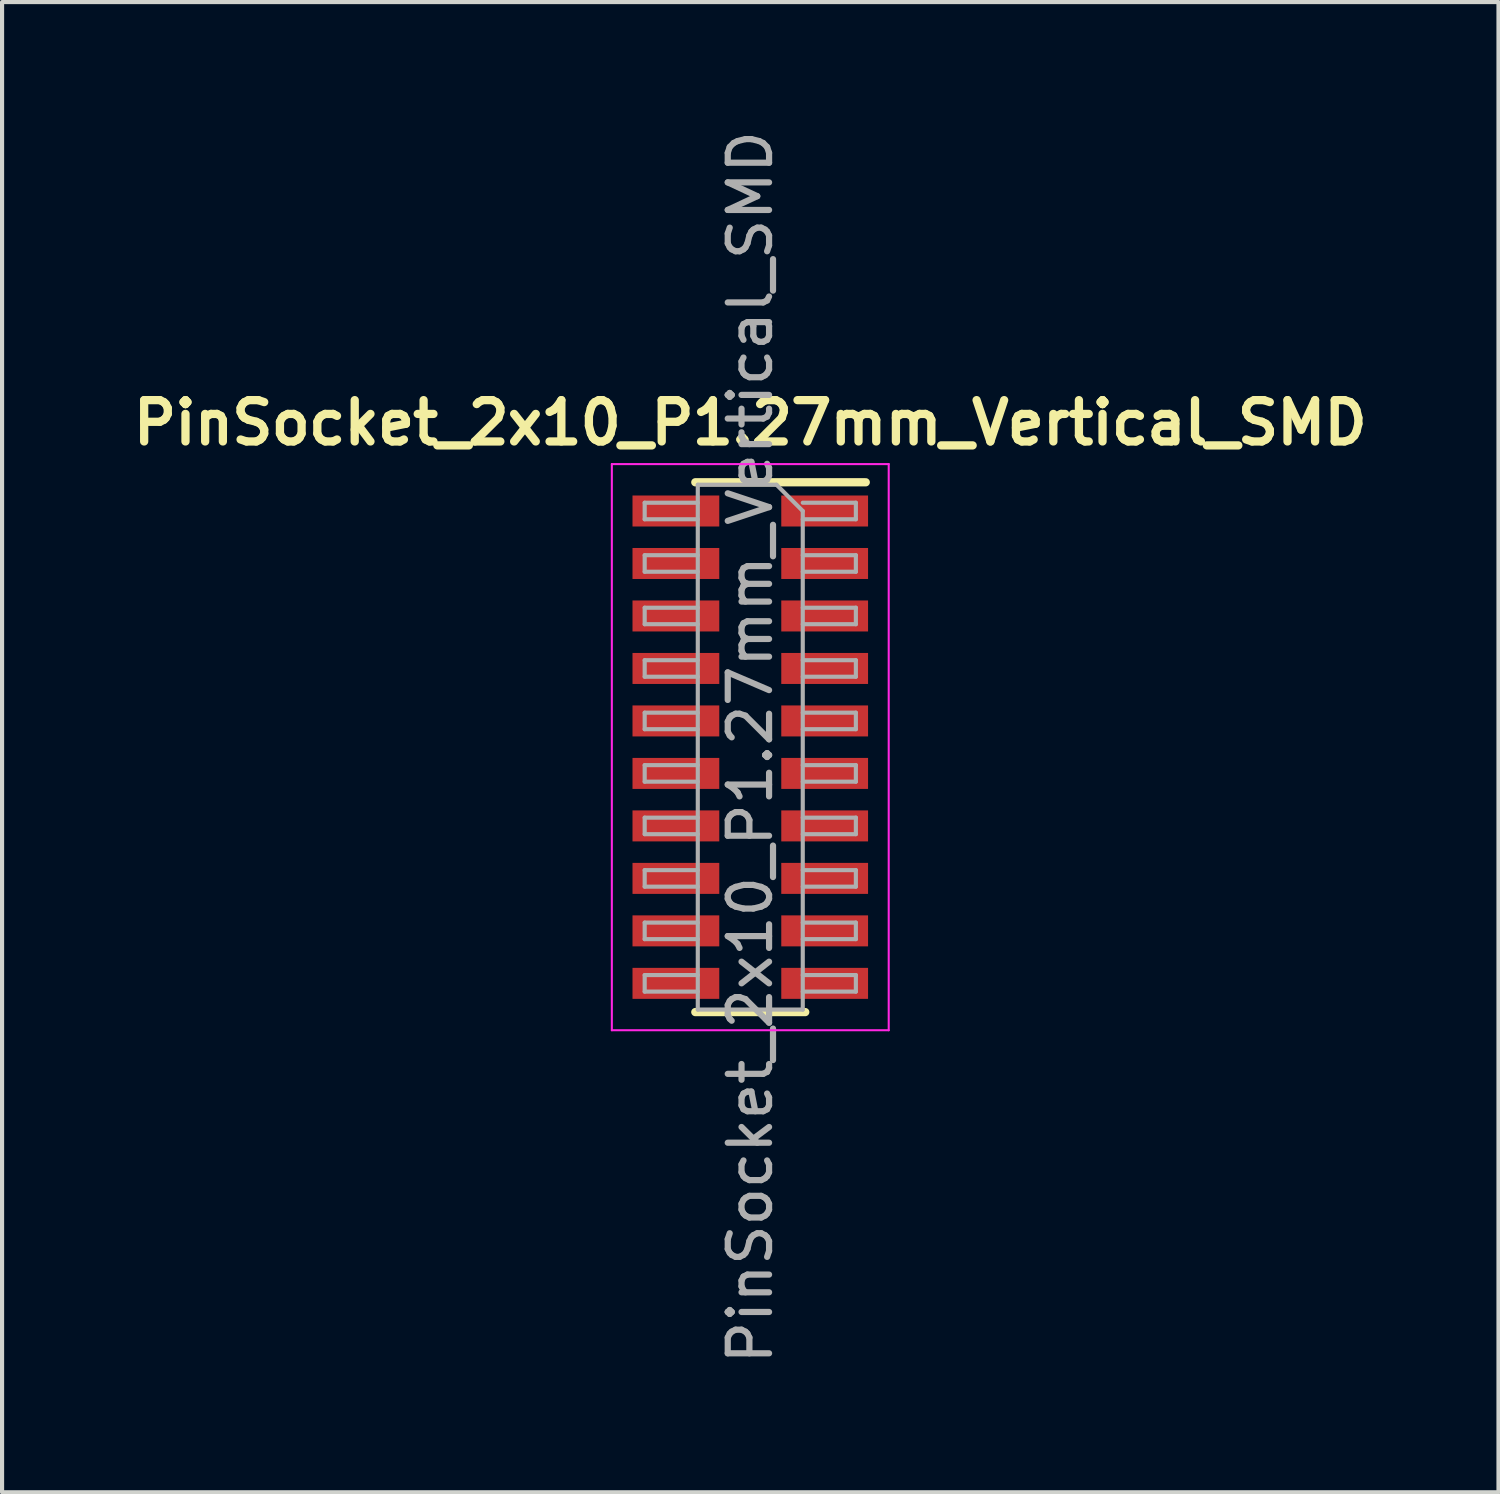
<source format=kicad_pcb>
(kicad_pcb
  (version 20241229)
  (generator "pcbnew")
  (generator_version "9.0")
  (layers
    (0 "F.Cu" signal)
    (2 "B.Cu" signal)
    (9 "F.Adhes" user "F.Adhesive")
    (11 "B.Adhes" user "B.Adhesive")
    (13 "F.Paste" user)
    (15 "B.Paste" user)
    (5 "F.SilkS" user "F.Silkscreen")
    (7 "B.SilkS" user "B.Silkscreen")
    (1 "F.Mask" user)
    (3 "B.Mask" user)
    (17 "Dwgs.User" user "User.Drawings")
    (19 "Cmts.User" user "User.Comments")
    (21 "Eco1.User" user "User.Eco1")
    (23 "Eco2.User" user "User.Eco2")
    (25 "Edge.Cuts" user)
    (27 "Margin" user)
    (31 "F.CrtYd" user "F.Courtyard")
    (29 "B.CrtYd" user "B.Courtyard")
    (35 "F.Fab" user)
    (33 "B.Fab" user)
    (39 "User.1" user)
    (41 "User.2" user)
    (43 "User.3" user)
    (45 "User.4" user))
  (footprint "PinSocket_2x10_P1.27mm_Vertical_SMD"
    (layer "F.Cu")
    (at 15.105 15.03)
    (property "Reference" "PinSocket_2x10_P1.27mm_Vertical_SMD" (at 0 -7.85 0) (layer "F.SilkS") (effects (font (size 1 1) (thickness 0.2))))
    (attr smd)
    (fp_line (start -1.33 -6.41) (end 2.794 -6.41) (stroke (width 0.2) (type solid)) (layer "F.SilkS"))
    (fp_line (start -1.33 6.41) (end 1.33 6.41) (stroke (width 0.2) (type solid)) (layer "F.SilkS"))
    (fp_line (start -3.35 -6.85) (end 3.35 -6.85) (stroke (width 0.05) (type solid)) (layer "F.CrtYd"))
    (fp_line (start -3.35 6.85) (end -3.35 -6.85) (stroke (width 0.05) (type solid)) (layer "F.CrtYd"))
    (fp_line (start 3.35 -6.85) (end 3.35 6.85) (stroke (width 0.05) (type solid)) (layer "F.CrtYd"))
    (fp_line (start 3.35 6.85) (end -3.35 6.85) (stroke (width 0.05) (type solid)) (layer "F.CrtYd"))
    (fp_line (start -2.555 -5.915) (end -1.27 -5.915) (stroke (width 0.1) (type solid)) (layer "F.Fab"))
    (fp_line (start -2.555 -5.515) (end -2.555 -5.915) (stroke (width 0.1) (type solid)) (layer "F.Fab"))
    (fp_line (start -2.555 -4.645) (end -1.27 -4.645) (stroke (width 0.1) (type solid)) (layer "F.Fab"))
    (fp_line (start -2.555 -4.245) (end -2.555 -4.645) (stroke (width 0.1) (type solid)) (layer "F.Fab"))
    (fp_line (start -2.555 -3.375) (end -1.27 -3.375) (stroke (width 0.1) (type solid)) (layer "F.Fab"))
    (fp_line (start -2.555 -2.975) (end -2.555 -3.375) (stroke (width 0.1) (type solid)) (layer "F.Fab"))
    (fp_line (start -2.555 -2.105) (end -1.27 -2.105) (stroke (width 0.1) (type solid)) (layer "F.Fab"))
    (fp_line (start -2.555 -1.705) (end -2.555 -2.105) (stroke (width 0.1) (type solid)) (layer "F.Fab"))
    (fp_line (start -2.555 -0.835) (end -1.27 -0.835) (stroke (width 0.1) (type solid)) (layer "F.Fab"))
    (fp_line (start -2.555 -0.435) (end -2.555 -0.835) (stroke (width 0.1) (type solid)) (layer "F.Fab"))
    (fp_line (start -2.555 0.435) (end -1.27 0.435) (stroke (width 0.1) (type solid)) (layer "F.Fab"))
    (fp_line (start -2.555 0.835) (end -2.555 0.435) (stroke (width 0.1) (type solid)) (layer "F.Fab"))
    (fp_line (start -2.555 1.705) (end -1.27 1.705) (stroke (width 0.1) (type solid)) (layer "F.Fab"))
    (fp_line (start -2.555 2.105) (end -2.555 1.705) (stroke (width 0.1) (type solid)) (layer "F.Fab"))
    (fp_line (start -2.555 2.975) (end -1.27 2.975) (stroke (width 0.1) (type solid)) (layer "F.Fab"))
    (fp_line (start -2.555 3.375) (end -2.555 2.975) (stroke (width 0.1) (type solid)) (layer "F.Fab"))
    (fp_line (start -2.555 4.245) (end -1.27 4.245) (stroke (width 0.1) (type solid)) (layer "F.Fab"))
    (fp_line (start -2.555 4.645) (end -2.555 4.245) (stroke (width 0.1) (type solid)) (layer "F.Fab"))
    (fp_line (start -2.555 5.515) (end -1.27 5.515) (stroke (width 0.1) (type solid)) (layer "F.Fab"))
    (fp_line (start -2.555 5.915) (end -2.555 5.515) (stroke (width 0.1) (type solid)) (layer "F.Fab"))
    (fp_line (start -1.27 -6.35) (end 0.635 -6.35) (stroke (width 0.1) (type solid)) (layer "F.Fab"))
    (fp_line (start -1.27 -5.515) (end -2.555 -5.515) (stroke (width 0.1) (type solid)) (layer "F.Fab"))
    (fp_line (start -1.27 -4.245) (end -2.555 -4.245) (stroke (width 0.1) (type solid)) (layer "F.Fab"))
    (fp_line (start -1.27 -2.975) (end -2.555 -2.975) (stroke (width 0.1) (type solid)) (layer "F.Fab"))
    (fp_line (start -1.27 -1.705) (end -2.555 -1.705) (stroke (width 0.1) (type solid)) (layer "F.Fab"))
    (fp_line (start -1.27 -0.435) (end -2.555 -0.435) (stroke (width 0.1) (type solid)) (layer "F.Fab"))
    (fp_line (start -1.27 0.835) (end -2.555 0.835) (stroke (width 0.1) (type solid)) (layer "F.Fab"))
    (fp_line (start -1.27 2.105) (end -2.555 2.105) (stroke (width 0.1) (type solid)) (layer "F.Fab"))
    (fp_line (start -1.27 3.375) (end -2.555 3.375) (stroke (width 0.1) (type solid)) (layer "F.Fab"))
    (fp_line (start -1.27 4.645) (end -2.555 4.645) (stroke (width 0.1) (type solid)) (layer "F.Fab"))
    (fp_line (start -1.27 5.915) (end -2.555 5.915) (stroke (width 0.1) (type solid)) (layer "F.Fab"))
    (fp_line (start -1.27 6.35) (end -1.27 -6.35) (stroke (width 0.1) (type solid)) (layer "F.Fab"))
    (fp_line (start 0.635 -6.35) (end 1.27 -5.715) (stroke (width 0.1) (type solid)) (layer "F.Fab"))
    (fp_line (start 1.27 -5.915) (end 2.555 -5.915) (stroke (width 0.1) (type solid)) (layer "F.Fab"))
    (fp_line (start 1.27 -5.715) (end 1.27 6.35) (stroke (width 0.1) (type solid)) (layer "F.Fab"))
    (fp_line (start 1.27 -4.645) (end 2.555 -4.645) (stroke (width 0.1) (type solid)) (layer "F.Fab"))
    (fp_line (start 1.27 -3.375) (end 2.555 -3.375) (stroke (width 0.1) (type solid)) (layer "F.Fab"))
    (fp_line (start 1.27 -2.105) (end 2.555 -2.105) (stroke (width 0.1) (type solid)) (layer "F.Fab"))
    (fp_line (start 1.27 -0.835) (end 2.555 -0.835) (stroke (width 0.1) (type solid)) (layer "F.Fab"))
    (fp_line (start 1.27 0.435) (end 2.555 0.435) (stroke (width 0.1) (type solid)) (layer "F.Fab"))
    (fp_line (start 1.27 1.705) (end 2.555 1.705) (stroke (width 0.1) (type solid)) (layer "F.Fab"))
    (fp_line (start 1.27 2.975) (end 2.555 2.975) (stroke (width 0.1) (type solid)) (layer "F.Fab"))
    (fp_line (start 1.27 4.245) (end 2.555 4.245) (stroke (width 0.1) (type solid)) (layer "F.Fab"))
    (fp_line (start 1.27 5.515) (end 2.555 5.515) (stroke (width 0.1) (type solid)) (layer "F.Fab"))
    (fp_line (start 1.27 6.35) (end -1.27 6.35) (stroke (width 0.1) (type solid)) (layer "F.Fab"))
    (fp_line (start 2.555 -5.915) (end 2.555 -5.515) (stroke (width 0.1) (type solid)) (layer "F.Fab"))
    (fp_line (start 2.555 -5.515) (end 1.27 -5.515) (stroke (width 0.1) (type solid)) (layer "F.Fab"))
    (fp_line (start 2.555 -4.645) (end 2.555 -4.245) (stroke (width 0.1) (type solid)) (layer "F.Fab"))
    (fp_line (start 2.555 -4.245) (end 1.27 -4.245) (stroke (width 0.1) (type solid)) (layer "F.Fab"))
    (fp_line (start 2.555 -3.375) (end 2.555 -2.975) (stroke (width 0.1) (type solid)) (layer "F.Fab"))
    (fp_line (start 2.555 -2.975) (end 1.27 -2.975) (stroke (width 0.1) (type solid)) (layer "F.Fab"))
    (fp_line (start 2.555 -2.105) (end 2.555 -1.705) (stroke (width 0.1) (type solid)) (layer "F.Fab"))
    (fp_line (start 2.555 -1.705) (end 1.27 -1.705) (stroke (width 0.1) (type solid)) (layer "F.Fab"))
    (fp_line (start 2.555 -0.835) (end 2.555 -0.435) (stroke (width 0.1) (type solid)) (layer "F.Fab"))
    (fp_line (start 2.555 -0.435) (end 1.27 -0.435) (stroke (width 0.1) (type solid)) (layer "F.Fab"))
    (fp_line (start 2.555 0.435) (end 2.555 0.835) (stroke (width 0.1) (type solid)) (layer "F.Fab"))
    (fp_line (start 2.555 0.835) (end 1.27 0.835) (stroke (width 0.1) (type solid)) (layer "F.Fab"))
    (fp_line (start 2.555 1.705) (end 2.555 2.105) (stroke (width 0.1) (type solid)) (layer "F.Fab"))
    (fp_line (start 2.555 2.105) (end 1.27 2.105) (stroke (width 0.1) (type solid)) (layer "F.Fab"))
    (fp_line (start 2.555 2.975) (end 2.555 3.375) (stroke (width 0.1) (type solid)) (layer "F.Fab"))
    (fp_line (start 2.555 3.375) (end 1.27 3.375) (stroke (width 0.1) (type solid)) (layer "F.Fab"))
    (fp_line (start 2.555 4.245) (end 2.555 4.645) (stroke (width 0.1) (type solid)) (layer "F.Fab"))
    (fp_line (start 2.555 4.645) (end 1.27 4.645) (stroke (width 0.1) (type solid)) (layer "F.Fab"))
    (fp_line (start 2.555 5.515) (end 2.555 5.915) (stroke (width 0.1) (type solid)) (layer "F.Fab"))
    (fp_line (start 2.555 5.915) (end 1.27 5.915) (stroke (width 0.1) (type solid)) (layer "F.Fab"))
    (fp_text user "${REFERENCE}" (at 0 0 90) (layer "F.Fab") (effects (font (size 1 1) (thickness 0.15))))
    (pad "1" smd rect (at 1.8 -5.715) (size 2.1 0.75) (layers "F.Cu" "F.Mask" "F.Paste"))
    (pad "2" smd rect (at -1.8 -5.715) (size 2.1 0.75) (layers "F.Cu" "F.Mask" "F.Paste"))
    (pad "3" smd rect (at 1.8 -4.445) (size 2.1 0.75) (layers "F.Cu" "F.Mask" "F.Paste"))
    (pad "4" smd rect (at -1.8 -4.445) (size 2.1 0.75) (layers "F.Cu" "F.Mask" "F.Paste"))
    (pad "5" smd rect (at 1.8 -3.175) (size 2.1 0.75) (layers "F.Cu" "F.Mask" "F.Paste"))
    (pad "6" smd rect (at -1.8 -3.175) (size 2.1 0.75) (layers "F.Cu" "F.Mask" "F.Paste"))
    (pad "7" smd rect (at 1.8 -1.905) (size 2.1 0.75) (layers "F.Cu" "F.Mask" "F.Paste"))
    (pad "8" smd rect (at -1.8 -1.905) (size 2.1 0.75) (layers "F.Cu" "F.Mask" "F.Paste"))
    (pad "9" smd rect (at 1.8 -0.635) (size 2.1 0.75) (layers "F.Cu" "F.Mask" "F.Paste"))
    (pad "10" smd rect (at -1.8 -0.635) (size 2.1 0.75) (layers "F.Cu" "F.Mask" "F.Paste"))
    (pad "11" smd rect (at 1.8 0.635) (size 2.1 0.75) (layers "F.Cu" "F.Mask" "F.Paste"))
    (pad "12" smd rect (at -1.8 0.635) (size 2.1 0.75) (layers "F.Cu" "F.Mask" "F.Paste"))
    (pad "13" smd rect (at 1.8 1.905) (size 2.1 0.75) (layers "F.Cu" "F.Mask" "F.Paste"))
    (pad "14" smd rect (at -1.8 1.905) (size 2.1 0.75) (layers "F.Cu" "F.Mask" "F.Paste"))
    (pad "15" smd rect (at 1.8 3.175) (size 2.1 0.75) (layers "F.Cu" "F.Mask" "F.Paste"))
    (pad "16" smd rect (at -1.8 3.175) (size 2.1 0.75) (layers "F.Cu" "F.Mask" "F.Paste"))
    (pad "17" smd rect (at 1.8 4.445) (size 2.1 0.75) (layers "F.Cu" "F.Mask" "F.Paste"))
    (pad "18" smd rect (at -1.8 4.445) (size 2.1 0.75) (layers "F.Cu" "F.Mask" "F.Paste"))
    (pad "19" smd rect (at 1.8 5.715) (size 2.1 0.75) (layers "F.Cu" "F.Mask" "F.Paste"))
    (pad "20" smd rect (at -1.8 5.715) (size 2.1 0.75) (layers "F.Cu" "F.Mask" "F.Paste")))
  (gr_rect
    (start -3 -3)
    (end 33.21 33.06)
    (stroke (width 0.1) (type default))
    (fill no)
    (layer "Edge.Cuts")))
</source>
